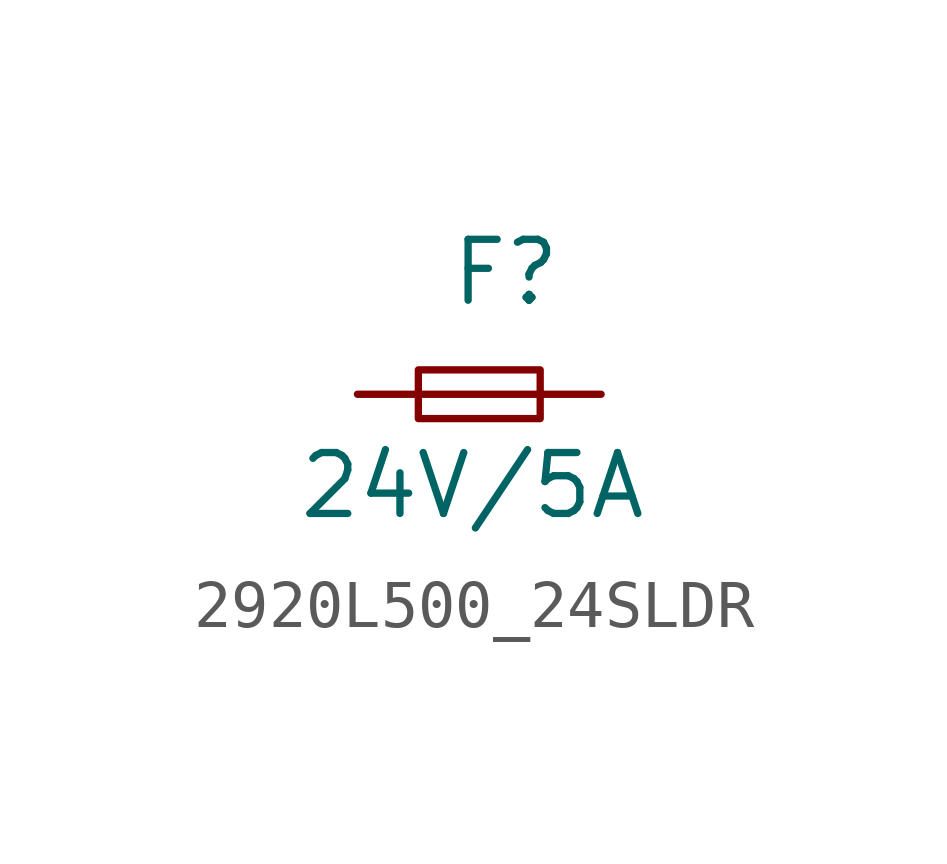
<source format=kicad_sym>
(kicad_symbol_lib
  (version 20220914)
  (generator kicad_symbol_editor)
  (symbol "2920L500_24SLDR"
    (pin_numbers hide)
    (pin_names
      (offset 0) hide)
    (property "Reference" "F"
      (at -0.635 2.54 0)
      (effects (font (size 1.27 1.27)) (justify left)))
    (property "Value" "24V/5A"
      (at -3.81 -1.905 0)
      (effects (font (size 1.27 1.27)) (justify left)))
    (symbol "2920L500_24SLDR_0_1"
      (rectangle (start -1.27 0.508) (end 1.27 -0.508) (stroke (width 0) (type default)) (fill (type none)))
      (polyline (pts (xy -1.27 0) (xy 1.27 0)) (stroke (width 0) (type default)) (fill (type none))))
    (symbol "2920L500_24SLDR_1_1"
      (pin passive line (at -2.54 0 0) (length 1.27) (name "~" (effects (font (size 1.27 1.27)))) (number "1" (effects (font (size 1.27 1.27)))))
      (pin passive line (at 2.54 0 180) (length 1.27) (name "~" (effects (font (size 1.27 1.27)))) (number "2" (effects (font (size 1.27 1.27))))))))
</source>
